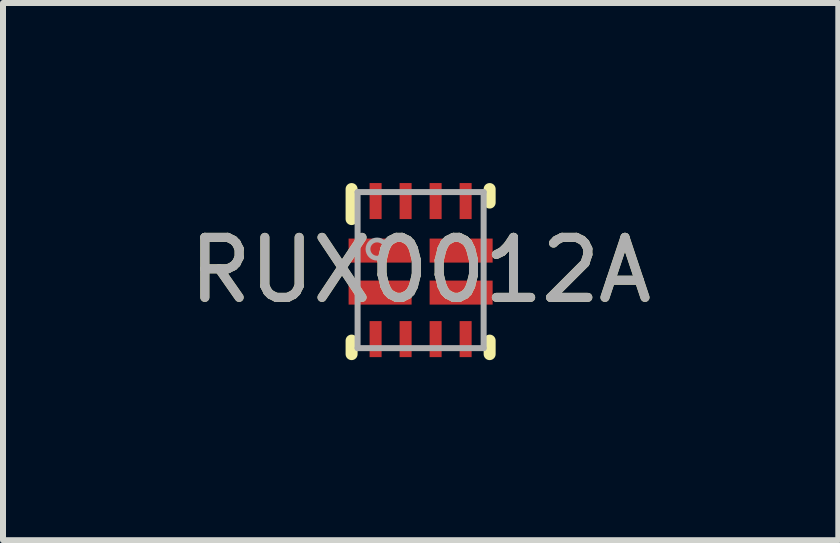
<source format=kicad_pcb>
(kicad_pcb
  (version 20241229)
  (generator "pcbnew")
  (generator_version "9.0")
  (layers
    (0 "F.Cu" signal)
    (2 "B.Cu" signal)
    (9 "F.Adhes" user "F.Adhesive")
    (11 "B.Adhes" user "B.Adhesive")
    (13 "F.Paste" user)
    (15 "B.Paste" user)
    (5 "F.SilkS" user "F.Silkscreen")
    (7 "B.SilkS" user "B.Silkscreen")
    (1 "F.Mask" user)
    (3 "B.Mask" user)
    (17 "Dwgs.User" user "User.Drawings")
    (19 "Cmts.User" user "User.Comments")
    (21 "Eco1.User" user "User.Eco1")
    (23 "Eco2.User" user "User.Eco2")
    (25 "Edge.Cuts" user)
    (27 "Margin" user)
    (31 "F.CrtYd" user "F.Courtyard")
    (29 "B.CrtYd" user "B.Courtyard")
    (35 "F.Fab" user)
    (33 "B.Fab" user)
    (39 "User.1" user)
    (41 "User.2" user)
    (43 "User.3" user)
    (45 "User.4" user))
  (footprint "RUX0012A"
    (layer "F.Cu")
    (at 3.958 1.45)
    (property "Reference" "RUX0012A" (at 0 0 0) (unlocked yes) (layer "F.SilkS") (effects (font (size 1 1) (thickness 0.15))))
    (attr smd)
    (fp_line (start -1.15 -0.85) (end -1.15 -1.35) (stroke (width 0.2) (type solid)) (layer "F.SilkS"))
    (fp_line (start -1.15 1.4) (end -1.15 1.175) (stroke (width 0.2) (type solid)) (layer "F.SilkS"))
    (fp_line (start 1.15 -1.125) (end 1.15 -1.35) (stroke (width 0.2) (type solid)) (layer "F.SilkS"))
    (fp_line (start 1.15 1.4) (end 1.15 1.175) (stroke (width 0.2) (type solid)) (layer "F.SilkS"))
    (fp_line (start -1.05 -1.3) (end 1.05 -1.3) (stroke (width 0.1) (type solid)) (layer "F.Fab"))
    (fp_line (start -1.05 1.3) (end -1.05 -1.3) (stroke (width 0.1) (type solid)) (layer "F.Fab"))
    (fp_line (start -1.05 1.3) (end 1.05 1.3) (stroke (width 0.1) (type solid)) (layer "F.Fab"))
    (fp_line (start 1.05 1.3) (end 1.05 -1.3) (stroke (width 0.1) (type solid)) (layer "F.Fab"))
    (fp_circle (center -0.725 -0.35) (end -0.573 -0.35) (stroke (width 0.08) (type solid)) (fill no) (layer "F.Fab"))
    (fp_text user "${REFERENCE}" (at 0 0 0) (unlocked yes) (layer "F.Fab") (effects (font (size 1 1) (thickness 0.15))))
    (pad "1" smd rect (at -0.675 -0.325) (size 1.05 0.4) (layers "F.Cu" "F.Mask" "F.Paste"))
    (pad "2" smd rect (at -0.675 0.375) (size 1.05 0.4) (layers "F.Cu" "F.Mask" "F.Paste"))
    (pad "3" smd rect (at -0.75 1.15 90) (size 0.6 0.2) (layers "F.Cu" "F.Mask" "F.Paste"))
    (pad "4" smd rect (at -0.25 1.15 90) (size 0.6 0.2) (layers "F.Cu" "F.Mask" "F.Paste"))
    (pad "5" smd rect (at 0.25 1.15 90) (size 0.6 0.2) (layers "F.Cu" "F.Mask" "F.Paste"))
    (pad "6" smd rect (at 0.75 1.15 90) (size 0.6 0.2) (layers "F.Cu" "F.Mask" "F.Paste"))
    (pad "7" smd rect (at 0.675 0.375) (size 1.05 0.4) (layers "F.Cu" "F.Mask" "F.Paste"))
    (pad "8" smd rect (at 0.675 -0.325) (size 1.05 0.4) (layers "F.Cu" "F.Mask" "F.Paste"))
    (pad "9" smd rect (at 0.75 -1.15 90) (size 0.6 0.2) (layers "F.Cu" "F.Mask" "F.Paste"))
    (pad "10" smd rect (at 0.25 -1.15 90) (size 0.6 0.2) (layers "F.Cu" "F.Mask" "F.Paste"))
    (pad "11" smd rect (at -0.25 -1.15 90) (size 0.6 0.2) (layers "F.Cu" "F.Mask" "F.Paste"))
    (pad "12" smd rect (at -0.75 -1.15 90) (size 0.6 0.2) (layers "F.Cu" "F.Mask" "F.Paste")))
  (gr_rect
    (start -3 -3)
    (end 10.917 5.95)
    (stroke (width 0.1) (type default))
    (fill no)
    (layer "Edge.Cuts")))
</source>
